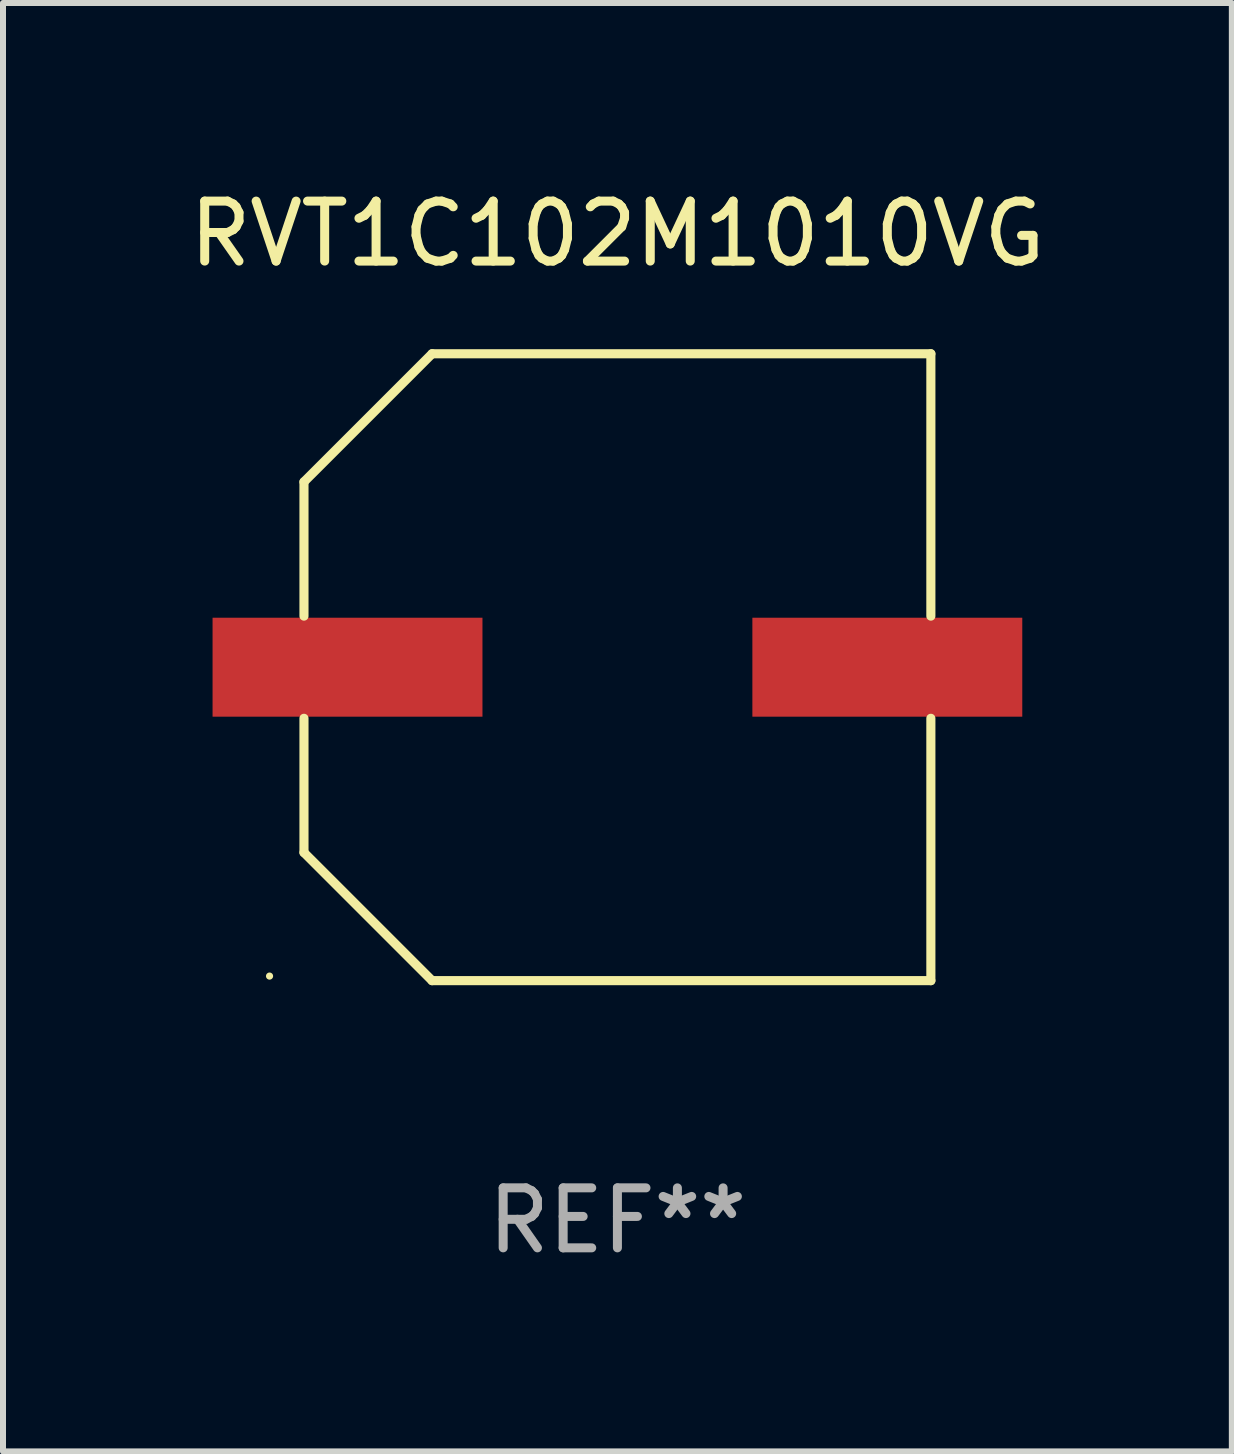
<source format=kicad_pcb>
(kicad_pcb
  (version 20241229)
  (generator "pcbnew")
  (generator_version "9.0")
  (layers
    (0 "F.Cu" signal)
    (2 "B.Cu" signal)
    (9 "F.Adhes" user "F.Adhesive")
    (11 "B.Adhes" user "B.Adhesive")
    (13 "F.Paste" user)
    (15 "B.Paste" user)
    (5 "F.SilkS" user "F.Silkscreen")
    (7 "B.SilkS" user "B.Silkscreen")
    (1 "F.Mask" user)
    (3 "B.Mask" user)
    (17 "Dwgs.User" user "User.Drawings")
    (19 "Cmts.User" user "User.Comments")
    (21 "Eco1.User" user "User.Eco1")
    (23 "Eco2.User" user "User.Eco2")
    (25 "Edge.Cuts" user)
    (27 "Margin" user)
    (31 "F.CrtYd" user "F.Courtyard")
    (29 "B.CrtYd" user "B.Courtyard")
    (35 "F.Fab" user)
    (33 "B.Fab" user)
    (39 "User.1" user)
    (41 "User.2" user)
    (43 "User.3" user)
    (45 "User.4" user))
  (footprint "RVT1C102M1010VG"
    (layer "F.Cu")
    (at 7.244 8.074)
    (property "Reference" "RVT1C102M1010VG" (at 0 -7.226 0) (layer "F.SilkS") (effects (font (size 1 1) (thickness 0.15))))
    (attr through_hole)
    (fp_line (start -5.226 -3.09) (end -5.226 -0.852) (stroke (width 0.152) (type solid)) (layer "F.SilkS"))
    (fp_line (start -5.226 3.09) (end -5.226 0.852) (stroke (width 0.152) (type solid)) (layer "F.SilkS"))
    (fp_line (start -3.09 -5.226) (end -5.226 -3.09) (stroke (width 0.152) (type solid)) (layer "F.SilkS"))
    (fp_line (start -3.09 5.226) (end -5.226 3.09) (stroke (width 0.152) (type solid)) (layer "F.SilkS"))
    (fp_line (start 5.226 -5.226) (end -3.09 -5.226) (stroke (width 0.152) (type solid)) (layer "F.SilkS"))
    (fp_line (start 5.226 -0.852) (end 5.226 -5.226) (stroke (width 0.152) (type solid)) (layer "F.SilkS"))
    (fp_line (start 5.226 0.852) (end 5.226 5.226) (stroke (width 0.152) (type solid)) (layer "F.SilkS"))
    (fp_line (start 5.226 5.226) (end -3.09 5.226) (stroke (width 0.152) (type solid)) (layer "F.SilkS"))
    (fp_circle (center -5.8 5.15) (end -5.77 5.15) (stroke (width 0.06) (type solid)) (fill no) (layer "F.SilkS"))
    (fp_text user "REF**" (at 0 9.226 0) (layer "F.Fab") (effects (font (size 1 1) (thickness 0.15))))
    (pad "1" smd rect (at -4.5 0) (size 4.5 1.65) (layers "F.Cu" "F.Mask" "F.Paste"))
    (pad "2" smd rect (at 4.5 0) (size 4.5 1.65) (layers "F.Cu" "F.Mask" "F.Paste")))
  (gr_rect
    (start -3 -3)
    (end 17.488 21.149)
    (stroke (width 0.1) (type default))
    (fill no)
    (layer "Edge.Cuts")))
</source>
